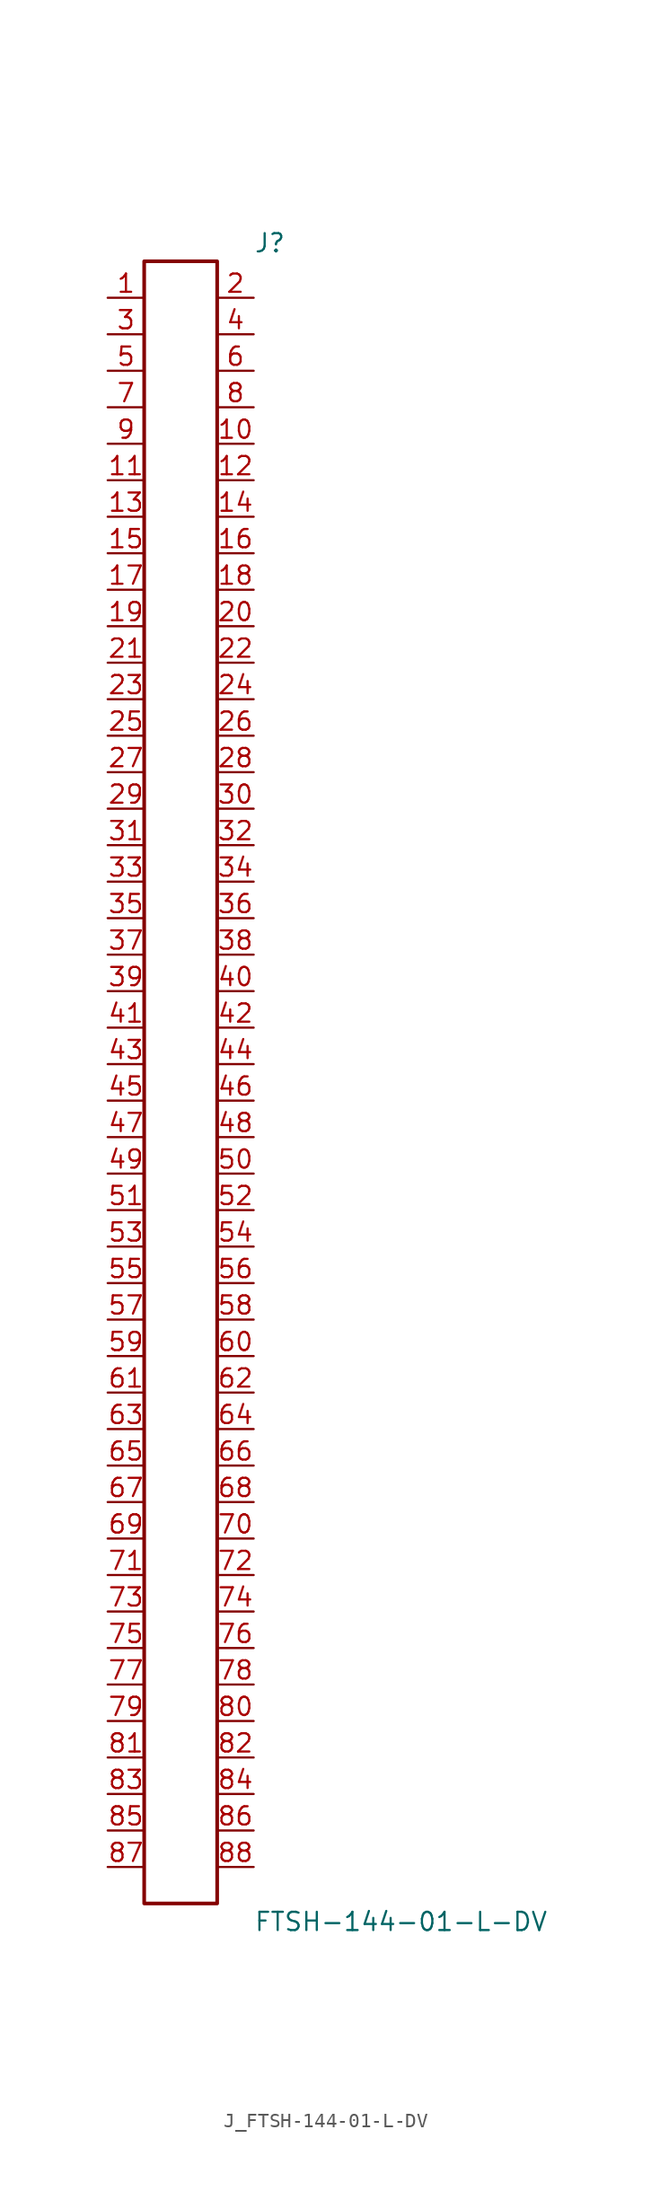
<source format=kicad_sym>
(kicad_symbol_lib
  (version 20231120)
  (generator kicad_symbol_editor)
  (generator_version 8.0)
  (symbol "J_FTSH-144-01-L-DV"
    (pin_names
      (offset 0.254))
    (property "Reference" "J"
      (at 5.08 58.42 0)
      (effects (font (size 1.27 1.27)) (justify left)))
    (property "Value" "FTSH-144-01-L-DV"
      (at 5.08 -58.42 0)
      (effects (font (size 1.27 1.27)) (justify left)))
    (symbol "J_FTSH-144-01-L-DV_0_0"
      (pin passive line (at -5.08 54.61 0) (length 2.54) (name "" (effects (font (size 1.27 1.27)))) (number "1" (effects (font (size 1.27 1.27)))))
      (pin passive line (at 5.08 54.61 180) (length 2.54) (name "" (effects (font (size 1.27 1.27)))) (number "2" (effects (font (size 1.27 1.27)))))
      (pin passive line (at -5.08 52.07 0) (length 2.54) (name "" (effects (font (size 1.27 1.27)))) (number "3" (effects (font (size 1.27 1.27)))))
      (pin passive line (at 5.08 52.07 180) (length 2.54) (name "" (effects (font (size 1.27 1.27)))) (number "4" (effects (font (size 1.27 1.27)))))
      (pin passive line (at -5.08 49.53 0) (length 2.54) (name "" (effects (font (size 1.27 1.27)))) (number "5" (effects (font (size 1.27 1.27)))))
      (pin passive line (at 5.08 49.53 180) (length 2.54) (name "" (effects (font (size 1.27 1.27)))) (number "6" (effects (font (size 1.27 1.27)))))
      (pin passive line (at -5.08 46.99 0) (length 2.54) (name "" (effects (font (size 1.27 1.27)))) (number "7" (effects (font (size 1.27 1.27)))))
      (pin passive line (at 5.08 46.99 180) (length 2.54) (name "" (effects (font (size 1.27 1.27)))) (number "8" (effects (font (size 1.27 1.27)))))
      (pin passive line (at -5.08 44.45 0) (length 2.54) (name "" (effects (font (size 1.27 1.27)))) (number "9" (effects (font (size 1.27 1.27)))))
      (pin passive line (at 5.08 44.45 180) (length 2.54) (name "" (effects (font (size 1.27 1.27)))) (number "10" (effects (font (size 1.27 1.27)))))
      (pin passive line (at -5.08 41.91 0) (length 2.54) (name "" (effects (font (size 1.27 1.27)))) (number "11" (effects (font (size 1.27 1.27)))))
      (pin passive line (at 5.08 41.91 180) (length 2.54) (name "" (effects (font (size 1.27 1.27)))) (number "12" (effects (font (size 1.27 1.27)))))
      (pin passive line (at -5.08 39.37 0) (length 2.54) (name "" (effects (font (size 1.27 1.27)))) (number "13" (effects (font (size 1.27 1.27)))))
      (pin passive line (at 5.08 39.37 180) (length 2.54) (name "" (effects (font (size 1.27 1.27)))) (number "14" (effects (font (size 1.27 1.27)))))
      (pin passive line (at -5.08 36.83 0) (length 2.54) (name "" (effects (font (size 1.27 1.27)))) (number "15" (effects (font (size 1.27 1.27)))))
      (pin passive line (at 5.08 36.83 180) (length 2.54) (name "" (effects (font (size 1.27 1.27)))) (number "16" (effects (font (size 1.27 1.27)))))
      (pin passive line (at -5.08 34.29 0) (length 2.54) (name "" (effects (font (size 1.27 1.27)))) (number "17" (effects (font (size 1.27 1.27)))))
      (pin passive line (at 5.08 34.29 180) (length 2.54) (name "" (effects (font (size 1.27 1.27)))) (number "18" (effects (font (size 1.27 1.27)))))
      (pin passive line (at -5.08 31.75 0) (length 2.54) (name "" (effects (font (size 1.27 1.27)))) (number "19" (effects (font (size 1.27 1.27)))))
      (pin passive line (at 5.08 31.75 180) (length 2.54) (name "" (effects (font (size 1.27 1.27)))) (number "20" (effects (font (size 1.27 1.27)))))
      (pin passive line (at -5.08 29.21 0) (length 2.54) (name "" (effects (font (size 1.27 1.27)))) (number "21" (effects (font (size 1.27 1.27)))))
      (pin passive line (at 5.08 29.21 180) (length 2.54) (name "" (effects (font (size 1.27 1.27)))) (number "22" (effects (font (size 1.27 1.27)))))
      (pin passive line (at -5.08 26.67 0) (length 2.54) (name "" (effects (font (size 1.27 1.27)))) (number "23" (effects (font (size 1.27 1.27)))))
      (pin passive line (at 5.08 26.67 180) (length 2.54) (name "" (effects (font (size 1.27 1.27)))) (number "24" (effects (font (size 1.27 1.27)))))
      (pin passive line (at -5.08 24.13 0) (length 2.54) (name "" (effects (font (size 1.27 1.27)))) (number "25" (effects (font (size 1.27 1.27)))))
      (pin passive line (at 5.08 24.13 180) (length 2.54) (name "" (effects (font (size 1.27 1.27)))) (number "26" (effects (font (size 1.27 1.27)))))
      (pin passive line (at -5.08 21.59 0) (length 2.54) (name "" (effects (font (size 1.27 1.27)))) (number "27" (effects (font (size 1.27 1.27)))))
      (pin passive line (at 5.08 21.59 180) (length 2.54) (name "" (effects (font (size 1.27 1.27)))) (number "28" (effects (font (size 1.27 1.27)))))
      (pin passive line (at -5.08 19.05 0) (length 2.54) (name "" (effects (font (size 1.27 1.27)))) (number "29" (effects (font (size 1.27 1.27)))))
      (pin passive line (at 5.08 19.05 180) (length 2.54) (name "" (effects (font (size 1.27 1.27)))) (number "30" (effects (font (size 1.27 1.27)))))
      (pin passive line (at -5.08 16.51 0) (length 2.54) (name "" (effects (font (size 1.27 1.27)))) (number "31" (effects (font (size 1.27 1.27)))))
      (pin passive line (at 5.08 16.51 180) (length 2.54) (name "" (effects (font (size 1.27 1.27)))) (number "32" (effects (font (size 1.27 1.27)))))
      (pin passive line (at -5.08 13.97 0) (length 2.54) (name "" (effects (font (size 1.27 1.27)))) (number "33" (effects (font (size 1.27 1.27)))))
      (pin passive line (at 5.08 13.97 180) (length 2.54) (name "" (effects (font (size 1.27 1.27)))) (number "34" (effects (font (size 1.27 1.27)))))
      (pin passive line (at -5.08 11.43 0) (length 2.54) (name "" (effects (font (size 1.27 1.27)))) (number "35" (effects (font (size 1.27 1.27)))))
      (pin passive line (at 5.08 11.43 180) (length 2.54) (name "" (effects (font (size 1.27 1.27)))) (number "36" (effects (font (size 1.27 1.27)))))
      (pin passive line (at -5.08 8.89 0) (length 2.54) (name "" (effects (font (size 1.27 1.27)))) (number "37" (effects (font (size 1.27 1.27)))))
      (pin passive line (at 5.08 8.89 180) (length 2.54) (name "" (effects (font (size 1.27 1.27)))) (number "38" (effects (font (size 1.27 1.27)))))
      (pin passive line (at -5.08 6.35 0) (length 2.54) (name "" (effects (font (size 1.27 1.27)))) (number "39" (effects (font (size 1.27 1.27)))))
      (pin passive line (at 5.08 6.35 180) (length 2.54) (name "" (effects (font (size 1.27 1.27)))) (number "40" (effects (font (size 1.27 1.27)))))
      (pin passive line (at -5.08 3.81 0) (length 2.54) (name "" (effects (font (size 1.27 1.27)))) (number "41" (effects (font (size 1.27 1.27)))))
      (pin passive line (at 5.08 3.81 180) (length 2.54) (name "" (effects (font (size 1.27 1.27)))) (number "42" (effects (font (size 1.27 1.27)))))
      (pin passive line (at -5.08 1.27 0) (length 2.54) (name "" (effects (font (size 1.27 1.27)))) (number "43" (effects (font (size 1.27 1.27)))))
      (pin passive line (at 5.08 1.27 180) (length 2.54) (name "" (effects (font (size 1.27 1.27)))) (number "44" (effects (font (size 1.27 1.27)))))
      (pin passive line (at -5.08 -1.27 0) (length 2.54) (name "" (effects (font (size 1.27 1.27)))) (number "45" (effects (font (size 1.27 1.27)))))
      (pin passive line (at 5.08 -1.27 180) (length 2.54) (name "" (effects (font (size 1.27 1.27)))) (number "46" (effects (font (size 1.27 1.27)))))
      (pin passive line (at -5.08 -3.81 0) (length 2.54) (name "" (effects (font (size 1.27 1.27)))) (number "47" (effects (font (size 1.27 1.27)))))
      (pin passive line (at 5.08 -3.81 180) (length 2.54) (name "" (effects (font (size 1.27 1.27)))) (number "48" (effects (font (size 1.27 1.27)))))
      (pin passive line (at -5.08 -6.35 0) (length 2.54) (name "" (effects (font (size 1.27 1.27)))) (number "49" (effects (font (size 1.27 1.27)))))
      (pin passive line (at 5.08 -6.35 180) (length 2.54) (name "" (effects (font (size 1.27 1.27)))) (number "50" (effects (font (size 1.27 1.27)))))
      (pin passive line (at -5.08 -8.89 0) (length 2.54) (name "" (effects (font (size 1.27 1.27)))) (number "51" (effects (font (size 1.27 1.27)))))
      (pin passive line (at 5.08 -8.89 180) (length 2.54) (name "" (effects (font (size 1.27 1.27)))) (number "52" (effects (font (size 1.27 1.27)))))
      (pin passive line (at -5.08 -11.43 0) (length 2.54) (name "" (effects (font (size 1.27 1.27)))) (number "53" (effects (font (size 1.27 1.27)))))
      (pin passive line (at 5.08 -11.43 180) (length 2.54) (name "" (effects (font (size 1.27 1.27)))) (number "54" (effects (font (size 1.27 1.27)))))
      (pin passive line (at -5.08 -13.97 0) (length 2.54) (name "" (effects (font (size 1.27 1.27)))) (number "55" (effects (font (size 1.27 1.27)))))
      (pin passive line (at 5.08 -13.97 180) (length 2.54) (name "" (effects (font (size 1.27 1.27)))) (number "56" (effects (font (size 1.27 1.27)))))
      (pin passive line (at -5.08 -16.51 0) (length 2.54) (name "" (effects (font (size 1.27 1.27)))) (number "57" (effects (font (size 1.27 1.27)))))
      (pin passive line (at 5.08 -16.51 180) (length 2.54) (name "" (effects (font (size 1.27 1.27)))) (number "58" (effects (font (size 1.27 1.27)))))
      (pin passive line (at -5.08 -19.05 0) (length 2.54) (name "" (effects (font (size 1.27 1.27)))) (number "59" (effects (font (size 1.27 1.27)))))
      (pin passive line (at 5.08 -19.05 180) (length 2.54) (name "" (effects (font (size 1.27 1.27)))) (number "60" (effects (font (size 1.27 1.27)))))
      (pin passive line (at -5.08 -21.59 0) (length 2.54) (name "" (effects (font (size 1.27 1.27)))) (number "61" (effects (font (size 1.27 1.27)))))
      (pin passive line (at 5.08 -21.59 180) (length 2.54) (name "" (effects (font (size 1.27 1.27)))) (number "62" (effects (font (size 1.27 1.27)))))
      (pin passive line (at -5.08 -24.13 0) (length 2.54) (name "" (effects (font (size 1.27 1.27)))) (number "63" (effects (font (size 1.27 1.27)))))
      (pin passive line (at 5.08 -24.13 180) (length 2.54) (name "" (effects (font (size 1.27 1.27)))) (number "64" (effects (font (size 1.27 1.27)))))
      (pin passive line (at -5.08 -26.67 0) (length 2.54) (name "" (effects (font (size 1.27 1.27)))) (number "65" (effects (font (size 1.27 1.27)))))
      (pin passive line (at 5.08 -26.67 180) (length 2.54) (name "" (effects (font (size 1.27 1.27)))) (number "66" (effects (font (size 1.27 1.27)))))
      (pin passive line (at -5.08 -29.21 0) (length 2.54) (name "" (effects (font (size 1.27 1.27)))) (number "67" (effects (font (size 1.27 1.27)))))
      (pin passive line (at 5.08 -29.21 180) (length 2.54) (name "" (effects (font (size 1.27 1.27)))) (number "68" (effects (font (size 1.27 1.27)))))
      (pin passive line (at -5.08 -31.75 0) (length 2.54) (name "" (effects (font (size 1.27 1.27)))) (number "69" (effects (font (size 1.27 1.27)))))
      (pin passive line (at 5.08 -31.75 180) (length 2.54) (name "" (effects (font (size 1.27 1.27)))) (number "70" (effects (font (size 1.27 1.27)))))
      (pin passive line (at -5.08 -34.29 0) (length 2.54) (name "" (effects (font (size 1.27 1.27)))) (number "71" (effects (font (size 1.27 1.27)))))
      (pin passive line (at 5.08 -34.29 180) (length 2.54) (name "" (effects (font (size 1.27 1.27)))) (number "72" (effects (font (size 1.27 1.27)))))
      (pin passive line (at -5.08 -36.83 0) (length 2.54) (name "" (effects (font (size 1.27 1.27)))) (number "73" (effects (font (size 1.27 1.27)))))
      (pin passive line (at 5.08 -36.83 180) (length 2.54) (name "" (effects (font (size 1.27 1.27)))) (number "74" (effects (font (size 1.27 1.27)))))
      (pin passive line (at -5.08 -39.37 0) (length 2.54) (name "" (effects (font (size 1.27 1.27)))) (number "75" (effects (font (size 1.27 1.27)))))
      (pin passive line (at 5.08 -39.37 180) (length 2.54) (name "" (effects (font (size 1.27 1.27)))) (number "76" (effects (font (size 1.27 1.27)))))
      (pin passive line (at -5.08 -41.91 0) (length 2.54) (name "" (effects (font (size 1.27 1.27)))) (number "77" (effects (font (size 1.27 1.27)))))
      (pin passive line (at 5.08 -41.91 180) (length 2.54) (name "" (effects (font (size 1.27 1.27)))) (number "78" (effects (font (size 1.27 1.27)))))
      (pin passive line (at -5.08 -44.45 0) (length 2.54) (name "" (effects (font (size 1.27 1.27)))) (number "79" (effects (font (size 1.27 1.27)))))
      (pin passive line (at 5.08 -44.45 180) (length 2.54) (name "" (effects (font (size 1.27 1.27)))) (number "80" (effects (font (size 1.27 1.27)))))
      (pin passive line (at -5.08 -46.99 0) (length 2.54) (name "" (effects (font (size 1.27 1.27)))) (number "81" (effects (font (size 1.27 1.27)))))
      (pin passive line (at 5.08 -46.99 180) (length 2.54) (name "" (effects (font (size 1.27 1.27)))) (number "82" (effects (font (size 1.27 1.27)))))
      (pin passive line (at -5.08 -49.53 0) (length 2.54) (name "" (effects (font (size 1.27 1.27)))) (number "83" (effects (font (size 1.27 1.27)))))
      (pin passive line (at 5.08 -49.53 180) (length 2.54) (name "" (effects (font (size 1.27 1.27)))) (number "84" (effects (font (size 1.27 1.27)))))
      (pin passive line (at -5.08 -52.07 0) (length 2.54) (name "" (effects (font (size 1.27 1.27)))) (number "85" (effects (font (size 1.27 1.27)))))
      (pin passive line (at 5.08 -52.07 180) (length 2.54) (name "" (effects (font (size 1.27 1.27)))) (number "86" (effects (font (size 1.27 1.27)))))
      (pin passive line (at -5.08 -54.61 0) (length 2.54) (name "" (effects (font (size 1.27 1.27)))) (number "87" (effects (font (size 1.27 1.27)))))
      (pin passive line (at 5.08 -54.61 180) (length 2.54) (name "" (effects (font (size 1.27 1.27)))) (number "88" (effects (font (size 1.27 1.27))))))
    (symbol "J_FTSH-144-01-L-DV_1_0"
      (rectangle (start -2.54 57.15) (end 2.54 -57.15) (stroke (width 0.254) (type solid)) (fill (type none))))))
</source>
